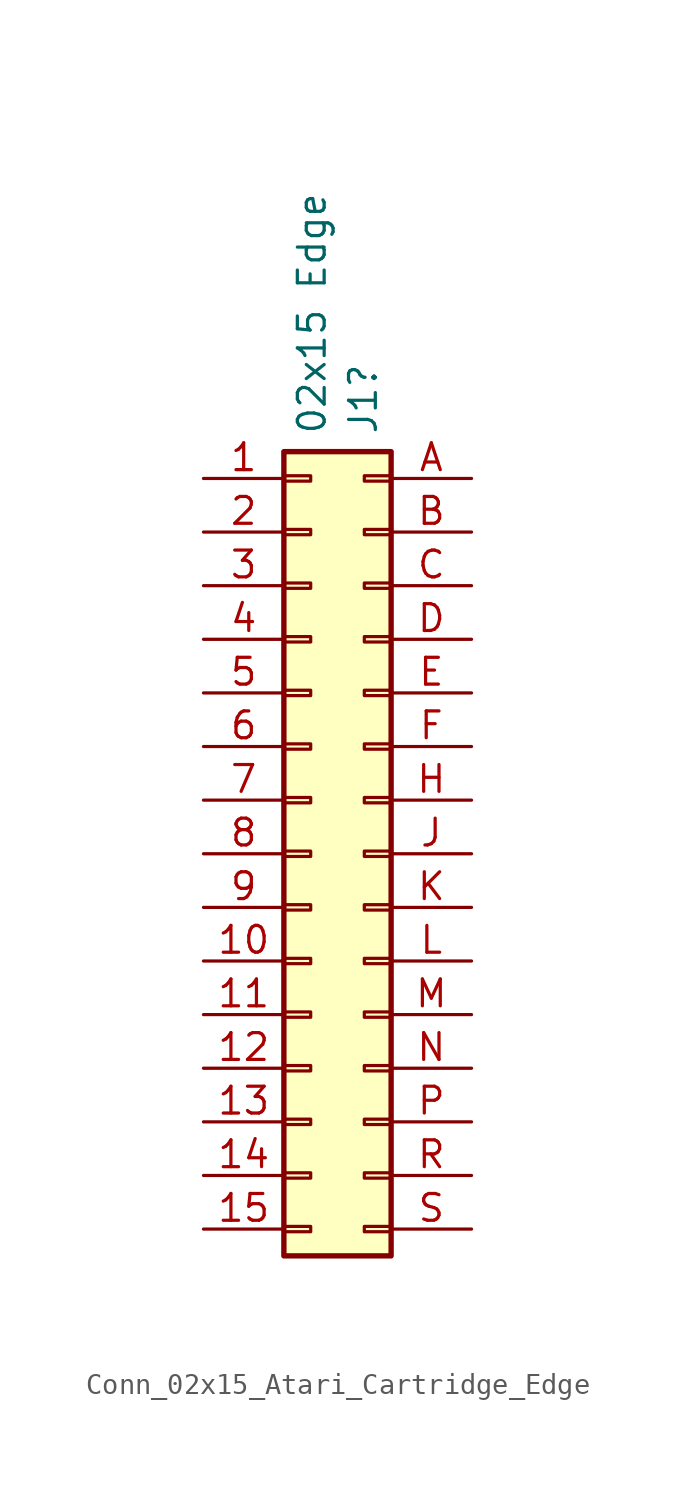
<source format=kicad_sym>
(kicad_symbol_lib
  (version 20231120)
  (generator "kicad_symbol_editor")
  (generator_version "8.0")
  (symbol "Conn_02x15_Atari_Cartridge_Edge"
    (pin_names
      (offset 1.016) hide)
    (property "Reference" "J1"
      (at 2.482 19.812 90)
      (effects (font (size 1.27 1.27)) (justify left)))
    (property "Value" "02x15 Edge"
      (at 0.058 19.812 90)
      (effects (font (size 1.27 1.27)) (justify left)))
    (symbol "Conn_02x15_Atari_Cartridge_Edge_1_1"
      (rectangle (start -1.27 -17.653) (end 0 -17.907) (stroke (width 0.152) (type default)) (fill (type none)))
      (rectangle (start -1.27 -15.113) (end 0 -15.367) (stroke (width 0.152) (type default)) (fill (type none)))
      (rectangle (start -1.27 -12.573) (end 0 -12.827) (stroke (width 0.152) (type default)) (fill (type none)))
      (rectangle (start -1.27 -10.033) (end 0 -10.287) (stroke (width 0.152) (type default)) (fill (type none)))
      (rectangle (start -1.27 -7.493) (end 0 -7.747) (stroke (width 0.152) (type default)) (fill (type none)))
      (rectangle (start -1.27 -4.953) (end 0 -5.207) (stroke (width 0.152) (type default)) (fill (type none)))
      (rectangle (start -1.27 -2.413) (end 0 -2.667) (stroke (width 0.152) (type default)) (fill (type none)))
      (rectangle (start -1.27 0.127) (end 0 -0.127) (stroke (width 0.152) (type default)) (fill (type none)))
      (rectangle (start -1.27 2.667) (end 0 2.413) (stroke (width 0.152) (type default)) (fill (type none)))
      (rectangle (start -1.27 5.207) (end 0 4.953) (stroke (width 0.152) (type default)) (fill (type none)))
      (rectangle (start -1.27 7.747) (end 0 7.493) (stroke (width 0.152) (type default)) (fill (type none)))
      (rectangle (start -1.27 10.287) (end 0 10.033) (stroke (width 0.152) (type default)) (fill (type none)))
      (rectangle (start -1.27 12.827) (end 0 12.573) (stroke (width 0.152) (type default)) (fill (type none)))
      (rectangle (start -1.27 15.367) (end 0 15.113) (stroke (width 0.152) (type default)) (fill (type none)))
      (rectangle (start -1.27 17.907) (end 0 17.653) (stroke (width 0.152) (type default)) (fill (type none)))
      (rectangle (start -1.27 19.05) (end 3.81 -19.05) (stroke (width 0.254) (type default)) (fill (type background)))
      (rectangle (start 3.81 -17.653) (end 2.54 -17.907) (stroke (width 0.152) (type default)) (fill (type none)))
      (rectangle (start 3.81 -15.113) (end 2.54 -15.367) (stroke (width 0.152) (type default)) (fill (type none)))
      (rectangle (start 3.81 -12.573) (end 2.54 -12.827) (stroke (width 0.152) (type default)) (fill (type none)))
      (rectangle (start 3.81 -10.033) (end 2.54 -10.287) (stroke (width 0.152) (type default)) (fill (type none)))
      (rectangle (start 3.81 -7.493) (end 2.54 -7.747) (stroke (width 0.152) (type default)) (fill (type none)))
      (rectangle (start 3.81 -4.953) (end 2.54 -5.207) (stroke (width 0.152) (type default)) (fill (type none)))
      (rectangle (start 3.81 -2.413) (end 2.54 -2.667) (stroke (width 0.152) (type default)) (fill (type none)))
      (rectangle (start 3.81 0.127) (end 2.54 -0.127) (stroke (width 0.152) (type default)) (fill (type none)))
      (rectangle (start 3.81 2.667) (end 2.54 2.413) (stroke (width 0.152) (type default)) (fill (type none)))
      (rectangle (start 3.81 5.207) (end 2.54 4.953) (stroke (width 0.152) (type default)) (fill (type none)))
      (rectangle (start 3.81 7.747) (end 2.54 7.493) (stroke (width 0.152) (type default)) (fill (type none)))
      (rectangle (start 3.81 10.287) (end 2.54 10.033) (stroke (width 0.152) (type default)) (fill (type none)))
      (rectangle (start 3.81 12.827) (end 2.54 12.573) (stroke (width 0.152) (type default)) (fill (type none)))
      (rectangle (start 3.81 15.367) (end 2.54 15.113) (stroke (width 0.152) (type default)) (fill (type none)))
      (rectangle (start 3.81 17.907) (end 2.54 17.653) (stroke (width 0.152) (type default)) (fill (type none)))
      (pin passive line (at -5.08 17.78 0) (length 3.81) (name "Pin_1" (effects (font (size 1.27 1.27)))) (number "1" (effects (font (size 1.27 1.27)))))
      (pin passive line (at -5.08 -5.08 0) (length 3.81) (name "Pin_10" (effects (font (size 1.27 1.27)))) (number "10" (effects (font (size 1.27 1.27)))))
      (pin passive line (at -5.08 -7.62 0) (length 3.81) (name "Pin_11" (effects (font (size 1.27 1.27)))) (number "11" (effects (font (size 1.27 1.27)))))
      (pin passive line (at -5.08 -10.16 0) (length 3.81) (name "Pin_12" (effects (font (size 1.27 1.27)))) (number "12" (effects (font (size 1.27 1.27)))))
      (pin passive line (at -5.08 -12.7 0) (length 3.81) (name "Pin_13" (effects (font (size 1.27 1.27)))) (number "13" (effects (font (size 1.27 1.27)))))
      (pin passive line (at -5.08 -15.24 0) (length 3.81) (name "Pin_14" (effects (font (size 1.27 1.27)))) (number "14" (effects (font (size 1.27 1.27)))))
      (pin passive line (at -5.08 -17.78 0) (length 3.81) (name "Pin_15" (effects (font (size 1.27 1.27)))) (number "15" (effects (font (size 1.27 1.27)))))
      (pin passive line (at -5.08 15.24 0) (length 3.81) (name "Pin_2" (effects (font (size 1.27 1.27)))) (number "2" (effects (font (size 1.27 1.27)))))
      (pin passive line (at -5.08 12.7 0) (length 3.81) (name "Pin_3" (effects (font (size 1.27 1.27)))) (number "3" (effects (font (size 1.27 1.27)))))
      (pin passive line (at -5.08 10.16 0) (length 3.81) (name "Pin_4" (effects (font (size 1.27 1.27)))) (number "4" (effects (font (size 1.27 1.27)))))
      (pin passive line (at -5.08 7.62 0) (length 3.81) (name "Pin_5" (effects (font (size 1.27 1.27)))) (number "5" (effects (font (size 1.27 1.27)))))
      (pin passive line (at -5.08 5.08 0) (length 3.81) (name "Pin_6" (effects (font (size 1.27 1.27)))) (number "6" (effects (font (size 1.27 1.27)))))
      (pin passive line (at -5.08 2.54 0) (length 3.81) (name "Pin_7" (effects (font (size 1.27 1.27)))) (number "7" (effects (font (size 1.27 1.27)))))
      (pin passive line (at -5.08 0 0) (length 3.81) (name "Pin_8" (effects (font (size 1.27 1.27)))) (number "8" (effects (font (size 1.27 1.27)))))
      (pin passive line (at -5.08 -2.54 0) (length 3.81) (name "Pin_9" (effects (font (size 1.27 1.27)))) (number "9" (effects (font (size 1.27 1.27)))))
      (pin passive line (at 7.62 17.78 180) (length 3.81) (name "Pin_16" (effects (font (size 1.27 1.27)))) (number "A" (effects (font (size 1.27 1.27)))))
      (pin passive line (at 7.62 15.24 180) (length 3.81) (name "Pin_17" (effects (font (size 1.27 1.27)))) (number "B" (effects (font (size 1.27 1.27)))))
      (pin passive line (at 7.62 12.7 180) (length 3.81) (name "Pin_18" (effects (font (size 1.27 1.27)))) (number "C" (effects (font (size 1.27 1.27)))))
      (pin passive line (at 7.62 10.16 180) (length 3.81) (name "Pin_19" (effects (font (size 1.27 1.27)))) (number "D" (effects (font (size 1.27 1.27)))))
      (pin passive line (at 7.62 7.62 180) (length 3.81) (name "Pin_20" (effects (font (size 1.27 1.27)))) (number "E" (effects (font (size 1.27 1.27)))))
      (pin passive line (at 7.62 5.08 180) (length 3.81) (name "Pin_21" (effects (font (size 1.27 1.27)))) (number "F" (effects (font (size 1.27 1.27)))))
      (pin passive line (at 7.62 2.54 180) (length 3.81) (name "Pin_22" (effects (font (size 1.27 1.27)))) (number "H" (effects (font (size 1.27 1.27)))))
      (pin passive line (at 7.62 0 180) (length 3.81) (name "Pin_23" (effects (font (size 1.27 1.27)))) (number "J" (effects (font (size 1.27 1.27)))))
      (pin passive line (at 7.62 -2.54 180) (length 3.81) (name "Pin_24" (effects (font (size 1.27 1.27)))) (number "K" (effects (font (size 1.27 1.27)))))
      (pin passive line (at 7.62 -5.08 180) (length 3.81) (name "Pin_25" (effects (font (size 1.27 1.27)))) (number "L" (effects (font (size 1.27 1.27)))))
      (pin passive line (at 7.62 -7.62 180) (length 3.81) (name "Pin_26" (effects (font (size 1.27 1.27)))) (number "M" (effects (font (size 1.27 1.27)))))
      (pin passive line (at 7.62 -10.16 180) (length 3.81) (name "Pin_27" (effects (font (size 1.27 1.27)))) (number "N" (effects (font (size 1.27 1.27)))))
      (pin passive line (at 7.62 -12.7 180) (length 3.81) (name "Pin_28" (effects (font (size 1.27 1.27)))) (number "P" (effects (font (size 1.27 1.27)))))
      (pin passive line (at 7.62 -15.24 180) (length 3.81) (name "Pin_29" (effects (font (size 1.27 1.27)))) (number "R" (effects (font (size 1.27 1.27)))))
      (pin passive line (at 7.62 -17.78 180) (length 3.81) (name "Pin_30" (effects (font (size 1.27 1.27)))) (number "S" (effects (font (size 1.27 1.27))))))))
</source>
